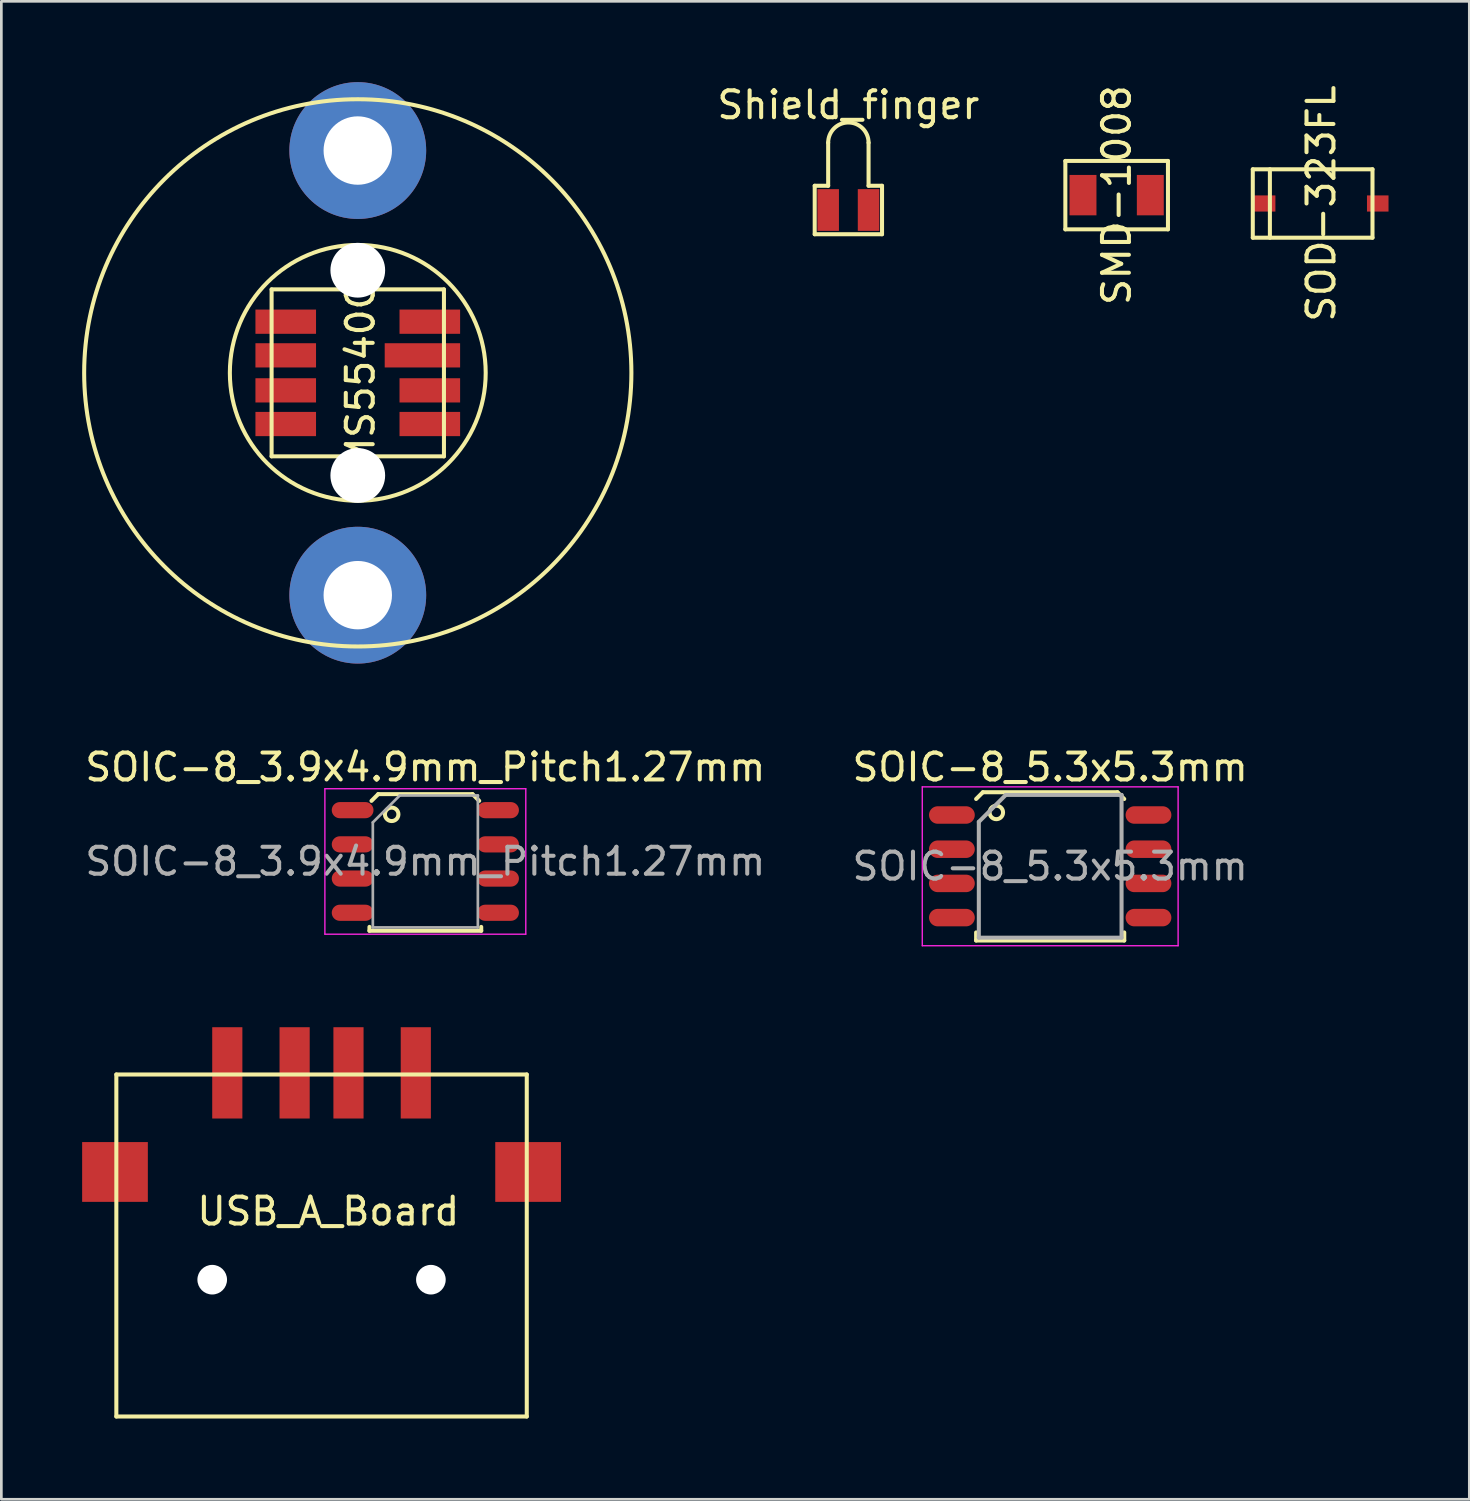
<source format=kicad_pcb>
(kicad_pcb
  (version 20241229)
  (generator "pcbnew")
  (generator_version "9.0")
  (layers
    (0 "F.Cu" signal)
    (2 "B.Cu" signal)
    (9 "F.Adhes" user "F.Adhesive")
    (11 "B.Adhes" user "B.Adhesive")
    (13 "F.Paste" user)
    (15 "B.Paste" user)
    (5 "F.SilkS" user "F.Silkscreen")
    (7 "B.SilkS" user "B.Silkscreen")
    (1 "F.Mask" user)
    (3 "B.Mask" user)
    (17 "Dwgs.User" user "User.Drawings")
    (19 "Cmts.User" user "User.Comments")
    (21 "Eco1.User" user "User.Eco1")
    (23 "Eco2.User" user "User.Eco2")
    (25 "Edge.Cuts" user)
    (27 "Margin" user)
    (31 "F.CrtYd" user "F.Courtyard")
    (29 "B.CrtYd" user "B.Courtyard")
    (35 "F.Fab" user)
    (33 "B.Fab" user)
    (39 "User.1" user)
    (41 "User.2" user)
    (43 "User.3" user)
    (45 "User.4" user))
  (footprint "SOIC-8_5.3x5.3mm"
    (layer "F.Cu")
    (at 35.946 29.118)
    (property "Reference" "SOIC-8_5.3x5.3mm" (at 0 -3.68 0) (layer "F.SilkS") (effects (font (size 1 1) (thickness 0.15))))
    (attr smd)
    (fp_line (start -2.75 2.755) (end -2.75 2.455) (stroke (width 0.15) (type solid)) (layer "F.SilkS"))
    (fp_line (start -2.75 2.755) (end 2.75 2.755) (stroke (width 0.15) (type solid)) (layer "F.SilkS"))
    (fp_line (start -2.5 -2.75) (end -2.75 -2.5) (stroke (width 0.15) (type solid)) (layer "F.SilkS"))
    (fp_line (start -2.5 -2.75) (end 2.5 -2.75) (stroke (width 0.15) (type solid)) (layer "F.SilkS"))
    (fp_line (start 2.75 -2.5) (end 2.5 -2.75) (stroke (width 0.15) (type solid)) (layer "F.SilkS"))
    (fp_line (start 2.75 2.755) (end 2.75 2.455) (stroke (width 0.15) (type solid)) (layer "F.SilkS"))
    (fp_circle (center -2 -2) (end -2.25 -2) (stroke (width 0.15) (type solid)) (fill no) (layer "F.SilkS"))
    (fp_line (start -4.75 -2.95) (end -4.75 2.95) (stroke (width 0.05) (type solid)) (layer "F.CrtYd"))
    (fp_line (start -4.75 -2.95) (end 4.75 -2.95) (stroke (width 0.05) (type solid)) (layer "F.CrtYd"))
    (fp_line (start -4.75 2.95) (end 4.75 2.95) (stroke (width 0.05) (type solid)) (layer "F.CrtYd"))
    (fp_line (start 4.75 -2.95) (end 4.75 2.95) (stroke (width 0.05) (type solid)) (layer "F.CrtYd"))
    (fp_line (start -2.65 -1.65) (end -1.65 -2.65) (stroke (width 0.15) (type solid)) (layer "F.Fab"))
    (fp_line (start -2.65 2.65) (end -2.65 -1.65) (stroke (width 0.15) (type solid)) (layer "F.Fab"))
    (fp_line (start -1.65 -2.65) (end 2.65 -2.65) (stroke (width 0.15) (type solid)) (layer "F.Fab"))
    (fp_line (start 2.65 -2.65) (end 2.65 2.65) (stroke (width 0.15) (type solid)) (layer "F.Fab"))
    (fp_line (start 2.65 2.65) (end -2.65 2.65) (stroke (width 0.15) (type solid)) (layer "F.Fab"))
    (fp_text user "${REFERENCE}" (at 0 0 0) (layer "F.Fab") (effects (font (size 1 1) (thickness 0.15))))
    (pad "1" smd oval (at -3.65 -1.905) (size 1.7 0.65) (layers "F.Cu" "F.Mask" "F.Paste"))
    (pad "2" smd oval (at -3.65 -0.635) (size 1.7 0.65) (layers "F.Cu" "F.Mask" "F.Paste"))
    (pad "3" smd oval (at -3.65 0.635) (size 1.7 0.65) (layers "F.Cu" "F.Mask" "F.Paste"))
    (pad "4" smd oval (at -3.65 1.905) (size 1.7 0.65) (layers "F.Cu" "F.Mask" "F.Paste"))
    (pad "5" smd oval (at 3.65 1.905) (size 1.7 0.65) (layers "F.Cu" "F.Mask" "F.Paste"))
    (pad "6" smd oval (at 3.65 0.635) (size 1.7 0.65) (layers "F.Cu" "F.Mask" "F.Paste"))
    (pad "7" smd oval (at 3.65 -0.635) (size 1.7 0.65) (layers "F.Cu" "F.Mask" "F.Paste"))
    (pad "8" smd oval (at 3.65 -1.905) (size 1.7 0.65) (layers "F.Cu" "F.Mask" "F.Paste")))
  (footprint "SOIC-8_3.9x4.9mm_Pitch1.27mm"
    (layer "F.Cu")
    (at 12.744 28.938)
    (property "Reference" "SOIC-8_3.9x4.9mm_Pitch1.27mm" (at 0 -3.5 0) (layer "F.SilkS") (effects (font (size 1 1) (thickness 0.15))))
    (attr smd)
    (fp_line (start -2.075 2.575) (end -2.075 2.43) (stroke (width 0.15) (type solid)) (layer "F.SilkS"))
    (fp_line (start -2.075 2.575) (end 2.075 2.575) (stroke (width 0.15) (type solid)) (layer "F.SilkS"))
    (fp_line (start -1.75 -2.5) (end -2 -2.25) (stroke (width 0.15) (type solid)) (layer "F.SilkS"))
    (fp_line (start -1.75 -2.5) (end 1.75 -2.5) (stroke (width 0.15) (type solid)) (layer "F.SilkS"))
    (fp_line (start 2 -2.25) (end 1.75 -2.5) (stroke (width 0.15) (type solid)) (layer "F.SilkS"))
    (fp_line (start 2.075 2.575) (end 2.075 2.43) (stroke (width 0.15) (type solid)) (layer "F.SilkS"))
    (fp_circle (center -1.25 -1.75) (end -1.5 -1.75) (stroke (width 0.15) (type solid)) (fill no) (layer "F.SilkS"))
    (fp_line (start -3.73 -2.7) (end -3.73 2.7) (stroke (width 0.05) (type solid)) (layer "F.CrtYd"))
    (fp_line (start -3.73 -2.7) (end 3.73 -2.7) (stroke (width 0.05) (type solid)) (layer "F.CrtYd"))
    (fp_line (start -3.73 2.7) (end 3.73 2.7) (stroke (width 0.05) (type solid)) (layer "F.CrtYd"))
    (fp_line (start 3.73 -2.7) (end 3.73 2.7) (stroke (width 0.05) (type solid)) (layer "F.CrtYd"))
    (fp_line (start -1.95 -1.45) (end -0.95 -2.45) (stroke (width 0.1) (type solid)) (layer "F.Fab"))
    (fp_line (start -1.95 2.45) (end -1.95 -1.45) (stroke (width 0.1) (type solid)) (layer "F.Fab"))
    (fp_line (start -0.95 -2.45) (end 1.95 -2.45) (stroke (width 0.1) (type solid)) (layer "F.Fab"))
    (fp_line (start 1.95 -2.45) (end 1.95 2.45) (stroke (width 0.1) (type solid)) (layer "F.Fab"))
    (fp_line (start 1.95 2.45) (end -1.95 2.45) (stroke (width 0.1) (type solid)) (layer "F.Fab"))
    (fp_text user "${REFERENCE}" (at 0 0 0) (layer "F.Fab") (effects (font (size 1 1) (thickness 0.15))))
    (pad "1" smd oval (at -2.7 -1.905) (size 1.55 0.6) (layers "F.Cu" "F.Mask" "F.Paste"))
    (pad "2" smd oval (at -2.7 -0.635) (size 1.55 0.6) (layers "F.Cu" "F.Mask" "F.Paste"))
    (pad "3" smd oval (at -2.7 0.635) (size 1.55 0.6) (layers "F.Cu" "F.Mask" "F.Paste"))
    (pad "4" smd oval (at -2.7 1.905) (size 1.55 0.6) (layers "F.Cu" "F.Mask" "F.Paste"))
    (pad "5" smd oval (at 2.7 1.905) (size 1.55 0.6) (layers "F.Cu" "F.Mask" "F.Paste"))
    (pad "6" smd oval (at 2.7 0.635) (size 1.55 0.6) (layers "F.Cu" "F.Mask" "F.Paste"))
    (pad "7" smd oval (at 2.7 -0.635) (size 1.55 0.6) (layers "F.Cu" "F.Mask" "F.Paste"))
    (pad "8" smd oval (at 2.7 -1.905) (size 1.55 0.6) (layers "F.Cu" "F.Mask" "F.Paste")))
  (footprint "SMD-1008"
    (layer "F.Cu")
    (at 38.414 4.196)
    (property "Reference" "SMD-1008" (at 0 0 90) (layer "F.SilkS") (effects (font (size 1 1) (thickness 0.15))))
    (attr through_hole)
    (fp_line (start -1.905 -1.27) (end 1.905 -1.27) (stroke (width 0.15) (type solid)) (layer "F.SilkS"))
    (fp_line (start -1.905 1.27) (end -1.905 -1.27) (stroke (width 0.15) (type solid)) (layer "F.SilkS"))
    (fp_line (start 1.905 -1.27) (end 1.905 1.27) (stroke (width 0.15) (type solid)) (layer "F.SilkS"))
    (fp_line (start 1.905 1.27) (end -1.905 1.27) (stroke (width 0.15) (type solid)) (layer "F.SilkS"))
    (pad "1" smd rect (at -1.25 0) (size 1 1.5) (layers "F.Cu" "F.Mask" "F.Paste"))
    (pad "2" smd rect (at 1.25 0) (size 1 1.5) (layers "F.Cu" "F.Mask" "F.Paste")))
  (footprint "Shield_finger"
    (layer "F.Cu")
    (at 28.452 2.248)
    (property "Reference" "Shield_finger" (at 0 -1.4 0) (layer "F.SilkS") (effects (font (size 1 1) (thickness 0.15))))
    (attr through_hole)
    (fp_line (start -1.25 1.6) (end -1.25 3.4) (stroke (width 0.15) (type solid)) (layer "F.SilkS"))
    (fp_line (start -1.25 3.4) (end 1.25 3.4) (stroke (width 0.15) (type solid)) (layer "F.SilkS"))
    (fp_line (start -0.75 0) (end -0.75 1.6) (stroke (width 0.15) (type solid)) (layer "F.SilkS"))
    (fp_line (start -0.75 1.6) (end -1.25 1.6) (stroke (width 0.15) (type solid)) (layer "F.SilkS"))
    (fp_line (start 0.75 0) (end 0.75 1.6) (stroke (width 0.15) (type solid)) (layer "F.SilkS"))
    (fp_line (start 0.75 1.6) (end 1.25 1.6) (stroke (width 0.15) (type solid)) (layer "F.SilkS"))
    (fp_line (start 1.25 1.6) (end 1.25 3.4) (stroke (width 0.15) (type solid)) (layer "F.SilkS"))
    (fp_arc (start -0.75 0) (mid 0 -0.75) (end 0.75 0) (stroke (width 0.15) (type solid)) (layer "F.SilkS"))
    (pad "1" smd rect (at -0.75 2.5 90) (size 1.55 0.8) (layers "F.Cu" "F.Mask" "F.Paste"))
    (pad "1" smd rect (at 0.75 2.5 90) (size 1.55 0.8) (layers "F.Cu" "F.Mask" "F.Paste")))
  (footprint "MS5540C"
    (layer "F.Cu")
    (at 10.235 10.795)
    (property "Reference" "MS5540C" (at 0.1 0.1 90) (layer "F.SilkS") (effects (font (size 1 1) (thickness 0.15))))
    (attr through_hole)
    (fp_line (start -3.2 -3.1) (end 3.2 -3.1) (stroke (width 0.15) (type solid)) (layer "F.SilkS"))
    (fp_line (start -3.2 3.1) (end -3.2 -3.1) (stroke (width 0.15) (type solid)) (layer "F.SilkS"))
    (fp_line (start 3.2 -3.1) (end 3.2 3.1) (stroke (width 0.15) (type solid)) (layer "F.SilkS"))
    (fp_line (start 3.2 3.1) (end -3.2 3.1) (stroke (width 0.15) (type solid)) (layer "F.SilkS"))
    (fp_circle (center 0 0) (end -4.75 0) (stroke (width 0.15) (type solid)) (fill no) (layer "F.SilkS"))
    (fp_circle (center 0 0) (end 10.16 0) (stroke (width 0.15) (type solid)) (fill no) (layer "F.SilkS"))
    (pad "" np_thru_hole circle (at 0 -8.255) (size 5.08 5.08) (drill 2.54) (layers "*.Cu" "*.Mask"))
    (pad "" np_thru_hole circle (at 0 -3.81) (size 2.032 2.032) (drill 2.032) (layers "*.Cu" "*.Mask"))
    (pad "" np_thru_hole circle (at 0 3.81) (size 2.032 2.032) (drill 2.032) (layers "*.Cu" "*.Mask"))
    (pad "" np_thru_hole circle (at 0 8.255) (size 5.08 5.08) (drill 2.54) (layers "*.Cu" "*.Mask"))
    (pad "1" smd rect (at -2.675 -1.9) (size 2.25 0.9) (layers "F.Cu" "F.Mask" "F.Paste"))
    (pad "2" smd rect (at -2.675 -0.65) (size 2.25 0.9) (layers "F.Cu" "F.Mask" "F.Paste"))
    (pad "3" smd rect (at -2.675 0.65) (size 2.25 0.9) (layers "F.Cu" "F.Mask" "F.Paste"))
    (pad "4" smd rect (at -2.675 1.9) (size 2.25 0.9) (layers "F.Cu" "F.Mask" "F.Paste"))
    (pad "5" smd rect (at 2.675 1.9) (size 2.25 0.9) (layers "F.Cu" "F.Mask" "F.Paste"))
    (pad "6" smd rect (at 2.675 0.65) (size 2.25 0.9) (layers "F.Cu" "F.Mask" "F.Paste"))
    (pad "7" smd rect (at 2.4 -0.65) (size 2.8 0.9) (layers "F.Cu" "F.Mask" "F.Paste"))
    (pad "8" smd rect (at 2.675 -1.9) (size 2.25 0.9) (layers "F.Cu" "F.Mask" "F.Paste")))
  (footprint "USB_A_Board"
    (layer "F.Cu")
    (at 8.89 44.468)
    (property "Reference" "USB_A_Board" (at 0.25 -2.54 0) (layer "F.SilkS") (effects (font (size 1 1) (thickness 0.15))))
    (attr through_hole)
    (fp_line (start -7.62 -7.62) (end 7.62 -7.62) (stroke (width 0.15) (type solid)) (layer "F.SilkS"))
    (fp_line (start -7.62 5.08) (end -7.62 -7.62) (stroke (width 0.15) (type solid)) (layer "F.SilkS"))
    (fp_line (start 7.62 -7.62) (end 7.62 5.08) (stroke (width 0.15) (type solid)) (layer "F.SilkS"))
    (fp_line (start 7.62 5.08) (end -7.62 5.08) (stroke (width 0.15) (type solid)) (layer "F.SilkS"))
    (pad "" np_thru_hole circle (at -4.06 0) (size 1.1 1.1) (drill 1.1) (layers "*.Cu" "*.Mask"))
    (pad "" np_thru_hole circle (at 4.06 0) (size 1.1 1.1) (drill 1.1) (layers "*.Cu" "*.Mask"))
    (pad "1" smd rect (at -3.5 -7.68) (size 1.12 3.39) (layers "F.Cu" "F.Mask" "F.Paste"))
    (pad "2" smd rect (at -1 -7.68) (size 1.12 3.39) (layers "F.Cu" "F.Mask" "F.Paste"))
    (pad "3" smd rect (at 1 -7.68) (size 1.12 3.39) (layers "F.Cu" "F.Mask" "F.Paste"))
    (pad "4" smd rect (at 3.5 -7.68) (size 1.12 3.39) (layers "F.Cu" "F.Mask" "F.Paste"))
    (pad "5" smd rect (at -7.67 -4) (size 2.44 2.22) (layers "F.Cu" "F.Mask" "F.Paste"))
    (pad "5" smd rect (at 7.67 -4) (size 2.44 2.22) (layers "F.Cu" "F.Mask" "F.Paste")))
  (footprint "SOD-323FL"
    (layer "F.Cu")
    (at 46.009 4.506)
    (property "Reference" "SOD-323FL" (at 0 0 90) (layer "F.SilkS") (effects (font (size 1 1) (thickness 0.15))))
    (attr through_hole)
    (fp_line (start -2.54 -1.27) (end 1.905 -1.27) (stroke (width 0.15) (type solid)) (layer "F.SilkS"))
    (fp_line (start -2.54 1.27) (end -2.54 -1.27) (stroke (width 0.15) (type solid)) (layer "F.SilkS"))
    (fp_line (start -1.905 -1.27) (end -1.905 1.27) (stroke (width 0.15) (type solid)) (layer "F.SilkS"))
    (fp_line (start 1.905 -1.27) (end 1.905 1.27) (stroke (width 0.15) (type solid)) (layer "F.SilkS"))
    (fp_line (start 1.905 1.27) (end -2.54 1.27) (stroke (width 0.15) (type solid)) (layer "F.SilkS"))
    (pad "1" smd rect (at -2.1 0) (size 0.8 0.6) (layers "F.Cu" "F.Mask" "F.Paste"))
    (pad "2" smd rect (at 2.1 0) (size 0.8 0.6) (layers "F.Cu" "F.Mask" "F.Paste")))
  (gr_rect
    (start -3 -3)
    (end 51.509 52.623)
    (stroke (width 0.1) (type default))
    (fill no)
    (layer "Edge.Cuts")))
</source>
